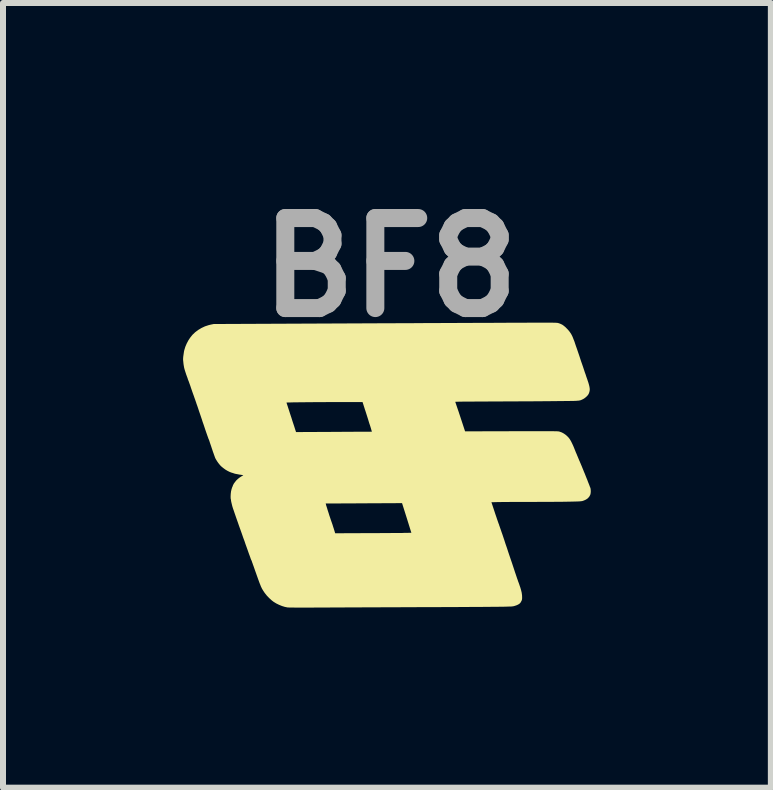
<source format=kicad_pcb>
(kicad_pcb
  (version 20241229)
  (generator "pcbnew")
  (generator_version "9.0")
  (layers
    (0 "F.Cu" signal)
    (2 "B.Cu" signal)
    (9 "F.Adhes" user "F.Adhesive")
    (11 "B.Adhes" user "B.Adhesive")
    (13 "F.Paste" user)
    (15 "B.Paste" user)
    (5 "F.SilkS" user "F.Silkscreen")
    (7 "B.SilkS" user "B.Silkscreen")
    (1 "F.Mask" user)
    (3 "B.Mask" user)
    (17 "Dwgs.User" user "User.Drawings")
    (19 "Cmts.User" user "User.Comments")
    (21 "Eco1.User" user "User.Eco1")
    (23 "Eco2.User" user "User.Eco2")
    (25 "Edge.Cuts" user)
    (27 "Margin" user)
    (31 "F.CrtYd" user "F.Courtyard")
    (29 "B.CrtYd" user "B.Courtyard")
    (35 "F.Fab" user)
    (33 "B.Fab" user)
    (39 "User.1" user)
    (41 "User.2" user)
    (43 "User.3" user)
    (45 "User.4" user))
  (footprint "BF8"
    (layer "F.Cu")
    (at 3.463 4.764)
    (property "Reference" "BF8" (at -0.01 -3.36 0) (layer "F.Fab") (effects (font (size 1.5 1.5) (thickness 0.3))))
    (attr board_only exclude_from_pos_files exclude_from_bom)
    (fp_poly (pts (xy 2.622 -2.439) (xy 2.633 -2.438) (xy 2.67 -2.438) (xy 2.701 -2.438) (xy 2.725 -2.437) (xy 2.744 -2.437) (xy 2.759 -2.436) (xy 2.77 -2.435) (xy 2.78 -2.434) (xy 2.787 -2.432) (xy 2.794 -2.43) (xy 2.802 -2.427) (xy 2.804 -2.427) (xy 2.833 -2.415) (xy 2.857 -2.403) (xy 2.879 -2.387) (xy 2.902 -2.368) (xy 2.91 -2.361) (xy 2.947 -2.323) (xy 2.977 -2.287) (xy 3.002 -2.25) (xy 3.022 -2.211) (xy 3.03 -2.192) (xy 3.036 -2.177) (xy 3.041 -2.163) (xy 3.045 -2.154) (xy 3.049 -2.145) (xy 3.051 -2.139) (xy 3.051 -2.139) (xy 3.053 -2.134) (xy 3.054 -2.131) (xy 3.056 -2.126) (xy 3.06 -2.115) (xy 3.066 -2.096) (xy 3.074 -2.072) (xy 3.084 -2.043) (xy 3.096 -2.009) (xy 3.109 -1.971) (xy 3.123 -1.93) (xy 3.138 -1.886) (xy 3.152 -1.843) (xy 3.168 -1.794) (xy 3.185 -1.746) (xy 3.201 -1.699) (xy 3.216 -1.654) (xy 3.23 -1.611) (xy 3.244 -1.573) (xy 3.255 -1.538) (xy 3.265 -1.51) (xy 3.273 -1.487) (xy 3.276 -1.477) (xy 3.29 -1.436) (xy 3.3 -1.4) (xy 3.307 -1.37) (xy 3.311 -1.344) (xy 3.312 -1.321) (xy 3.309 -1.299) (xy 3.304 -1.279) (xy 3.296 -1.257) (xy 3.293 -1.251) (xy 3.281 -1.232) (xy 3.263 -1.212) (xy 3.242 -1.193) (xy 3.218 -1.175) (xy 3.199 -1.164) (xy 3.188 -1.159) (xy 3.179 -1.155) (xy 3.171 -1.151) (xy 3.162 -1.147) (xy 3.152 -1.145) (xy 3.141 -1.142) (xy 3.129 -1.14) (xy 3.113 -1.139) (xy 3.095 -1.137) (xy 3.072 -1.136) (xy 3.046 -1.135) (xy 3.014 -1.135) (xy 2.977 -1.134) (xy 2.934 -1.133) (xy 2.884 -1.133) (xy 2.826 -1.132) (xy 2.811 -1.132) (xy 2.773 -1.132) (xy 2.727 -1.131) (xy 2.674 -1.131) (xy 2.615 -1.13) (xy 2.551 -1.13) (xy 2.482 -1.129) (xy 2.409 -1.129) (xy 2.332 -1.128) (xy 2.253 -1.128) (xy 2.172 -1.128) (xy 2.09 -1.127) (xy 2.007 -1.127) (xy 1.924 -1.127) (xy 1.841 -1.126) (xy 1.785 -1.126) (xy 1.689 -1.126) (xy 1.602 -1.125) (xy 1.521 -1.125) (xy 1.449 -1.125) (xy 1.383 -1.124) (xy 1.325 -1.124) (xy 1.273 -1.123) (xy 1.228 -1.123) (xy 1.189 -1.123) (xy 1.155 -1.122) (xy 1.128 -1.122) (xy 1.107 -1.121) (xy 1.09 -1.121) (xy 1.079 -1.12) (xy 1.073 -1.12) (xy 1.071 -1.119) (xy 1.073 -1.114) (xy 1.077 -1.103) (xy 1.083 -1.085) (xy 1.091 -1.061) (xy 1.101 -1.032) (xy 1.112 -0.999) (xy 1.125 -0.962) (xy 1.138 -0.922) (xy 1.152 -0.88) (xy 1.155 -0.871) (xy 1.235 -0.628) (xy 2.009 -0.63) (xy 2.102 -0.63) (xy 2.187 -0.63) (xy 2.265 -0.63) (xy 2.336 -0.63) (xy 2.4 -0.63) (xy 2.458 -0.63) (xy 2.51 -0.63) (xy 2.556 -0.63) (xy 2.597 -0.63) (xy 2.633 -0.63) (xy 2.664 -0.63) (xy 2.691 -0.63) (xy 2.715 -0.63) (xy 2.734 -0.629) (xy 2.751 -0.629) (xy 2.764 -0.629) (xy 2.775 -0.628) (xy 2.784 -0.628) (xy 2.791 -0.627) (xy 2.797 -0.626) (xy 2.801 -0.625) (xy 2.805 -0.625) (xy 2.808 -0.624) (xy 2.809 -0.623) (xy 2.846 -0.61) (xy 2.881 -0.591) (xy 2.915 -0.567) (xy 2.942 -0.542) (xy 2.96 -0.523) (xy 2.979 -0.498) (xy 2.997 -0.468) (xy 3.016 -0.431) (xy 3.036 -0.388) (xy 3.057 -0.337) (xy 3.06 -0.329) (xy 3.07 -0.305) (xy 3.079 -0.281) (xy 3.088 -0.261) (xy 3.095 -0.245) (xy 3.099 -0.235) (xy 3.104 -0.222) (xy 3.112 -0.204) (xy 3.12 -0.184) (xy 3.126 -0.17) (xy 3.133 -0.153) (xy 3.139 -0.138) (xy 3.144 -0.127) (xy 3.147 -0.123) (xy 3.149 -0.118) (xy 3.149 -0.118) (xy 3.148 -0.115) (xy 3.152 -0.109) (xy 3.155 -0.103) (xy 3.16 -0.09) (xy 3.168 -0.071) (xy 3.178 -0.048) (xy 3.189 -0.02) (xy 3.202 0.011) (xy 3.215 0.044) (xy 3.23 0.079) (xy 3.244 0.115) (xy 3.258 0.15) (xy 3.272 0.184) (xy 3.284 0.217) (xy 3.296 0.246) (xy 3.306 0.272) (xy 3.314 0.294) (xy 3.321 0.31) (xy 3.324 0.32) (xy 3.325 0.322) (xy 3.328 0.347) (xy 3.329 0.374) (xy 3.327 0.401) (xy 3.322 0.424) (xy 3.319 0.432) (xy 3.303 0.461) (xy 3.28 0.487) (xy 3.25 0.508) (xy 3.215 0.524) (xy 3.185 0.534) (xy 3.175 0.535) (xy 3.159 0.537) (xy 3.138 0.539) (xy 3.111 0.54) (xy 3.078 0.541) (xy 3.038 0.542) (xy 2.992 0.543) (xy 2.94 0.544) (xy 2.881 0.545) (xy 2.814 0.546) (xy 2.741 0.546) (xy 2.66 0.547) (xy 2.572 0.547) (xy 2.477 0.547) (xy 2.373 0.548) (xy 2.289 0.548) (xy 2.228 0.548) (xy 2.167 0.548) (xy 2.108 0.548) (xy 2.052 0.548) (xy 1.998 0.548) (xy 1.948 0.549) (xy 1.901 0.549) (xy 1.86 0.549) (xy 1.825 0.55) (xy 1.795 0.55) (xy 1.773 0.55) (xy 1.759 0.551) (xy 1.674 0.553) (xy 1.726 0.71) (xy 1.737 0.744) (xy 1.748 0.776) (xy 1.758 0.805) (xy 1.766 0.83) (xy 1.773 0.85) (xy 1.778 0.864) (xy 1.78 0.872) (xy 1.781 0.873) (xy 1.784 0.88) (xy 1.784 0.882) (xy 1.786 0.887) (xy 1.788 0.892) (xy 1.788 0.893) (xy 1.79 0.9) (xy 1.79 0.9) (xy 1.791 0.906) (xy 1.793 0.909) (xy 1.795 0.909) (xy 1.797 0.912) (xy 1.797 0.915) (xy 1.797 0.921) (xy 1.799 0.921) (xy 1.802 0.924) (xy 1.801 0.927) (xy 1.801 0.933) (xy 1.802 0.934) (xy 1.804 0.938) (xy 1.808 0.949) (xy 1.814 0.967) (xy 1.822 0.99) (xy 1.832 1.018) (xy 1.843 1.051) (xy 1.856 1.087) (xy 1.869 1.126) (xy 1.883 1.168) (xy 1.885 1.173) (xy 1.908 1.245) (xy 1.932 1.314) (xy 1.954 1.382) (xy 1.976 1.447) (xy 1.997 1.509) (xy 2.017 1.567) (xy 2.035 1.622) (xy 2.052 1.673) (xy 2.067 1.719) (xy 2.081 1.76) (xy 2.093 1.796) (xy 2.103 1.826) (xy 2.112 1.85) (xy 2.117 1.867) (xy 2.121 1.877) (xy 2.122 1.88) (xy 2.125 1.886) (xy 2.125 1.888) (xy 2.127 1.893) (xy 2.128 1.896) (xy 2.131 1.903) (xy 2.135 1.915) (xy 2.137 1.92) (xy 2.141 1.933) (xy 2.147 1.95) (xy 2.153 1.968) (xy 2.154 1.969) (xy 2.167 2.014) (xy 2.178 2.059) (xy 2.184 2.103) (xy 2.185 2.132) (xy 2.185 2.152) (xy 2.184 2.166) (xy 2.182 2.177) (xy 2.179 2.187) (xy 2.174 2.198) (xy 2.166 2.212) (xy 2.158 2.226) (xy 2.153 2.232) (xy 2.138 2.246) (xy 2.116 2.259) (xy 2.089 2.271) (xy 2.064 2.279) (xy 2.055 2.282) (xy 2.047 2.284) (xy 2.038 2.286) (xy 2.029 2.287) (xy 2.017 2.289) (xy 2.003 2.29) (xy 1.985 2.29) (xy 1.962 2.291) (xy 1.934 2.292) (xy 1.9 2.293) (xy 1.859 2.294) (xy 1.853 2.294) (xy 1.835 2.294) (xy 1.809 2.294) (xy 1.776 2.295) (xy 1.735 2.295) (xy 1.688 2.295) (xy 1.635 2.296) (xy 1.576 2.296) (xy 1.511 2.297) (xy 1.441 2.297) (xy 1.366 2.297) (xy 1.287 2.298) (xy 1.203 2.298) (xy 1.116 2.299) (xy 1.026 2.299) (xy 0.932 2.299) (xy 0.836 2.3) (xy 0.737 2.3) (xy 0.636 2.301) (xy 0.534 2.301) (xy 0.431 2.301) (xy 0.394 2.302) (xy 0.287 2.302) (xy 0.18 2.302) (xy 0.073 2.303) (xy -0.033 2.303) (xy -0.138 2.303) (xy -0.242 2.304) (xy -0.344 2.304) (xy -0.443 2.304) (xy -0.54 2.305) (xy -0.634 2.305) (xy -0.724 2.305) (xy -0.809 2.306) (xy -0.89 2.306) (xy -0.967 2.306) (xy -1.037 2.307) (xy -1.102 2.307) (xy -1.16 2.307) (xy -1.212 2.307) (xy -1.256 2.307) (xy -1.291 2.308) (xy -1.35 2.308) (xy -1.407 2.308) (xy -1.461 2.308) (xy -1.512 2.308) (xy -1.558 2.308) (xy -1.6 2.308) (xy -1.636 2.307) (xy -1.667 2.307) (xy -1.691 2.307) (xy -1.709 2.306) (xy -1.718 2.306) (xy -1.72 2.306) (xy -1.766 2.297) (xy -1.815 2.282) (xy -1.864 2.262) (xy -1.911 2.239) (xy -1.955 2.212) (xy -1.985 2.189) (xy -2.027 2.151) (xy -2.065 2.112) (xy -2.1 2.068) (xy -2.113 2.05) (xy -2.126 2.03) (xy -2.137 2.012) (xy -2.148 1.994) (xy -2.157 1.975) (xy -2.167 1.954) (xy -2.177 1.928) (xy -2.189 1.899) (xy -2.202 1.863) (xy -2.211 1.839) (xy -2.223 1.805) (xy -2.237 1.766) (xy -2.251 1.726) (xy -2.265 1.687) (xy -2.277 1.652) (xy -2.28 1.644) (xy -2.289 1.618) (xy -2.298 1.594) (xy -2.305 1.573) (xy -2.311 1.557) (xy -2.315 1.547) (xy -2.316 1.544) (xy -2.317 1.538) (xy -2.317 1.537) (xy -2.318 1.534) (xy -2.322 1.526) (xy -2.326 1.518) (xy -2.328 1.514) (xy -2.33 1.509) (xy -2.331 1.506) (xy -2.332 1.505) (xy -2.333 1.502) (xy -2.334 1.498) (xy -2.337 1.492) (xy -2.34 1.484) (xy -2.343 1.473) (xy -2.348 1.46) (xy -2.354 1.443) (xy -2.362 1.422) (xy -2.371 1.397) (xy -2.381 1.368) (xy -2.393 1.334) (xy -2.407 1.295) (xy -2.423 1.251) (xy -2.44 1.2) (xy -2.461 1.144) (xy -2.483 1.08) (xy -2.508 1.01) (xy -2.534 0.938) (xy -2.55 0.891) (xy -2.566 0.846) (xy -2.581 0.803) (xy -2.595 0.762) (xy -2.608 0.725) (xy -2.619 0.692) (xy -2.629 0.664) (xy -2.636 0.642) (xy -2.641 0.626) (xy -2.643 0.619) (xy -2.65 0.591) (xy -2.654 0.574) (xy -1.087 0.574) (xy -1.086 0.579) (xy -1.083 0.589) (xy -1.079 0.606) (xy -1.072 0.627) (xy -1.064 0.652) (xy -1.056 0.68) (xy -1.046 0.71) (xy -1.036 0.741) (xy -1.027 0.771) (xy -1.017 0.8) (xy -1.008 0.827) (xy -1 0.851) (xy -0.993 0.871) (xy -0.988 0.886) (xy -0.984 0.895) (xy -0.982 0.903) (xy -0.977 0.916) (xy -0.971 0.935) (xy -0.964 0.958) (xy -0.956 0.983) (xy -0.954 0.988) (xy -0.929 1.07) (xy -0.433 1.068) (xy -0.367 1.068) (xy -0.301 1.068) (xy -0.236 1.068) (xy -0.173 1.067) (xy -0.112 1.067) (xy -0.054 1.067) (xy 0.000208 1.066) (xy 0.05 1.066) (xy 0.095 1.066) (xy 0.134 1.065) (xy 0.167 1.065) (xy 0.193 1.065) (xy 0.202 1.064) (xy 0.34 1.062) (xy 0.263 0.815) (xy 0.185 0.568) (xy -0.45 0.571) (xy -0.522 0.571) (xy -0.591 0.572) (xy -0.657 0.572) (xy -0.72 0.572) (xy -0.78 0.572) (xy -0.835 0.573) (xy -0.887 0.573) (xy -0.933 0.573) (xy -0.974 0.573) (xy -1.01 0.574) (xy -1.039 0.574) (xy -1.062 0.574) (xy -1.078 0.574) (xy -1.086 0.574) (xy -1.087 0.574) (xy -2.654 0.574) (xy -2.656 0.566) (xy -2.661 0.544) (xy -2.664 0.527) (xy -2.665 0.515) (xy -2.665 0.511) (xy -2.666 0.507) (xy -2.667 0.505) (xy -2.669 0.5) (xy -2.67 0.489) (xy -2.671 0.471) (xy -2.671 0.455) (xy -2.669 0.413) (xy -2.664 0.372) (xy -2.655 0.334) (xy -2.644 0.301) (xy -2.642 0.298) (xy -2.636 0.284) (xy -2.632 0.272) (xy -2.631 0.266) (xy -2.631 0.266) (xy -2.628 0.26) (xy -2.626 0.26) (xy -2.623 0.257) (xy -2.622 0.254) (xy -2.62 0.246) (xy -2.617 0.243) (xy -2.613 0.237) (xy -2.605 0.226) (xy -2.596 0.214) (xy -2.596 0.214) (xy -2.577 0.19) (xy -2.552 0.166) (xy -2.523 0.143) (xy -2.493 0.123) (xy -2.477 0.114) (xy -2.467 0.109) (xy -2.461 0.105) (xy -2.461 0.104) (xy -2.465 0.102) (xy -2.476 0.1) (xy -2.492 0.097) (xy -2.512 0.094) (xy -2.527 0.092) (xy -2.551 0.087) (xy -2.574 0.083) (xy -2.594 0.079) (xy -2.609 0.075) (xy -2.614 0.073) (xy -2.632 0.067) (xy -2.651 0.061) (xy -2.659 0.059) (xy -2.689 0.047) (xy -2.723 0.03) (xy -2.757 0.01) (xy -2.79 -0.014) (xy -2.821 -0.039) (xy -2.84 -0.057) (xy -2.858 -0.078) (xy -2.877 -0.102) (xy -2.895 -0.128) (xy -2.912 -0.155) (xy -2.925 -0.178) (xy -2.928 -0.185) (xy -2.932 -0.195) (xy -2.938 -0.212) (xy -2.946 -0.234) (xy -2.955 -0.26) (xy -2.966 -0.29) (xy -2.976 -0.321) (xy -2.984 -0.344) (xy -2.994 -0.375) (xy -3.004 -0.404) (xy -3.013 -0.43) (xy -3.02 -0.451) (xy -3.025 -0.468) (xy -3.029 -0.478) (xy -3.03 -0.481) (xy -3.032 -0.488) (xy -3.032 -0.489) (xy -3.035 -0.494) (xy -3.036 -0.495) (xy -3.038 -0.499) (xy -3.042 -0.51) (xy -3.048 -0.528) (xy -3.057 -0.552) (xy -3.067 -0.581) (xy -3.079 -0.615) (xy -3.092 -0.653) (xy -3.106 -0.695) (xy -3.121 -0.74) (xy -3.138 -0.788) (xy -3.146 -0.814) (xy -3.163 -0.865) (xy -3.18 -0.915) (xy -3.197 -0.964) (xy -3.212 -1.01) (xy -3.227 -1.054) (xy -3.241 -1.093) (xy -3.245 -1.107) (xy -1.742 -1.107) (xy -1.738 -1.101) (xy -1.738 -1.099) (xy -1.738 -1.099) (xy -1.738 -1.098) (xy -1.737 -1.097) (xy -1.737 -1.095) (xy -1.735 -1.091) (xy -1.733 -1.084) (xy -1.73 -1.075) (xy -1.726 -1.062) (xy -1.72 -1.045) (xy -1.713 -1.022) (xy -1.704 -0.995) (xy -1.693 -0.961) (xy -1.68 -0.92) (xy -1.671 -0.893) (xy -1.658 -0.854) (xy -1.646 -0.815) (xy -1.634 -0.778) (xy -1.623 -0.745) (xy -1.613 -0.715) (xy -1.605 -0.69) (xy -1.599 -0.671) (xy -1.595 -0.658) (xy -1.595 -0.658) (xy -1.581 -0.616) (xy -0.95 -0.619) (xy -0.879 -0.619) (xy -0.81 -0.62) (xy -0.744 -0.62) (xy -0.681 -0.62) (xy -0.622 -0.621) (xy -0.566 -0.621) (xy -0.515 -0.621) (xy -0.469 -0.621) (xy -0.428 -0.622) (xy -0.393 -0.622) (xy -0.364 -0.622) (xy -0.342 -0.622) (xy -0.326 -0.623) (xy -0.319 -0.623) (xy -0.318 -0.623) (xy -0.318 -0.627) (xy -0.322 -0.638) (xy -0.327 -0.654) (xy -0.333 -0.676) (xy -0.341 -0.702) (xy -0.35 -0.731) (xy -0.358 -0.753) (xy -0.37 -0.792) (xy -0.383 -0.835) (xy -0.397 -0.879) (xy -0.411 -0.923) (xy -0.424 -0.964) (xy -0.436 -0.999) (xy -0.436 -1) (xy -0.473 -1.116) (xy -0.728 -1.116) (xy -0.803 -1.116) (xy -0.878 -1.116) (xy -0.953 -1.116) (xy -1.027 -1.116) (xy -1.099 -1.115) (xy -1.17 -1.115) (xy -1.239 -1.115) (xy -1.305 -1.114) (xy -1.368 -1.114) (xy -1.428 -1.113) (xy -1.484 -1.113) (xy -1.535 -1.112) (xy -1.582 -1.111) (xy -1.624 -1.111) (xy -1.66 -1.11) (xy -1.69 -1.109) (xy -1.714 -1.109) (xy -1.731 -1.108) (xy -1.74 -1.107) (xy -1.742 -1.107) (xy -3.245 -1.107) (xy -3.253 -1.129) (xy -3.263 -1.159) (xy -3.272 -1.183) (xy -3.278 -1.2) (xy -3.279 -1.204) (xy -3.288 -1.229) (xy -3.299 -1.259) (xy -3.311 -1.293) (xy -3.323 -1.328) (xy -3.335 -1.363) (xy -3.341 -1.382) (xy -3.351 -1.41) (xy -3.36 -1.435) (xy -3.368 -1.458) (xy -3.375 -1.475) (xy -3.38 -1.487) (xy -3.382 -1.493) (xy -3.382 -1.493) (xy -3.384 -1.497) (xy -3.384 -1.498) (xy -3.383 -1.5) (xy -3.386 -1.504) (xy -3.388 -1.509) (xy -3.388 -1.51) (xy -3.387 -1.513) (xy -3.388 -1.515) (xy -3.391 -1.521) (xy -3.396 -1.534) (xy -3.402 -1.551) (xy -3.41 -1.572) (xy -3.417 -1.594) (xy -3.425 -1.618) (xy -3.432 -1.64) (xy -3.438 -1.66) (xy -3.44 -1.667) (xy -3.446 -1.691) (xy -3.451 -1.719) (xy -3.456 -1.751) (xy -3.459 -1.782) (xy -3.462 -1.81) (xy -3.463 -1.831) (xy -3.462 -1.85) (xy -3.46 -1.874) (xy -3.456 -1.902) (xy -3.452 -1.93) (xy -3.448 -1.957) (xy -3.443 -1.98) (xy -3.442 -1.983) (xy -3.426 -2.036) (xy -3.403 -2.09) (xy -3.375 -2.143) (xy -3.346 -2.187) (xy -3.308 -2.235) (xy -3.263 -2.278) (xy -3.213 -2.316) (xy -3.158 -2.349) (xy -3.099 -2.377) (xy -3.038 -2.397) (xy -3.002 -2.406) (xy -2.953 -2.416) (xy -0.231 -2.428) (xy -0.082 -2.429) (xy 0.066 -2.429) (xy 0.212 -2.43) (xy 0.356 -2.43) (xy 0.497 -2.431) (xy 0.636 -2.432) (xy 0.773 -2.432) (xy 0.906 -2.433) (xy 1.036 -2.433) (xy 1.163 -2.434) (xy 1.286 -2.434) (xy 1.405 -2.435) (xy 1.52 -2.435) (xy 1.631 -2.435) (xy 1.737 -2.436) (xy 1.839 -2.436) (xy 1.935 -2.437) (xy 2.027 -2.437) (xy 2.112 -2.437) (xy 2.193 -2.437) (xy 2.267 -2.438) (xy 2.335 -2.438) (xy 2.397 -2.438) (xy 2.452 -2.438) (xy 2.501 -2.438) (xy 2.542 -2.438) (xy 2.576 -2.439) (xy 2.603 -2.439)) (stroke (width 0) (type solid)) (fill yes) (layer "F.SilkS")))
  (gr_rect
    (start -3 -3)
    (end 9.792 10.072)
    (stroke (width 0.1) (type default))
    (fill no)
    (layer "Edge.Cuts")))
</source>
